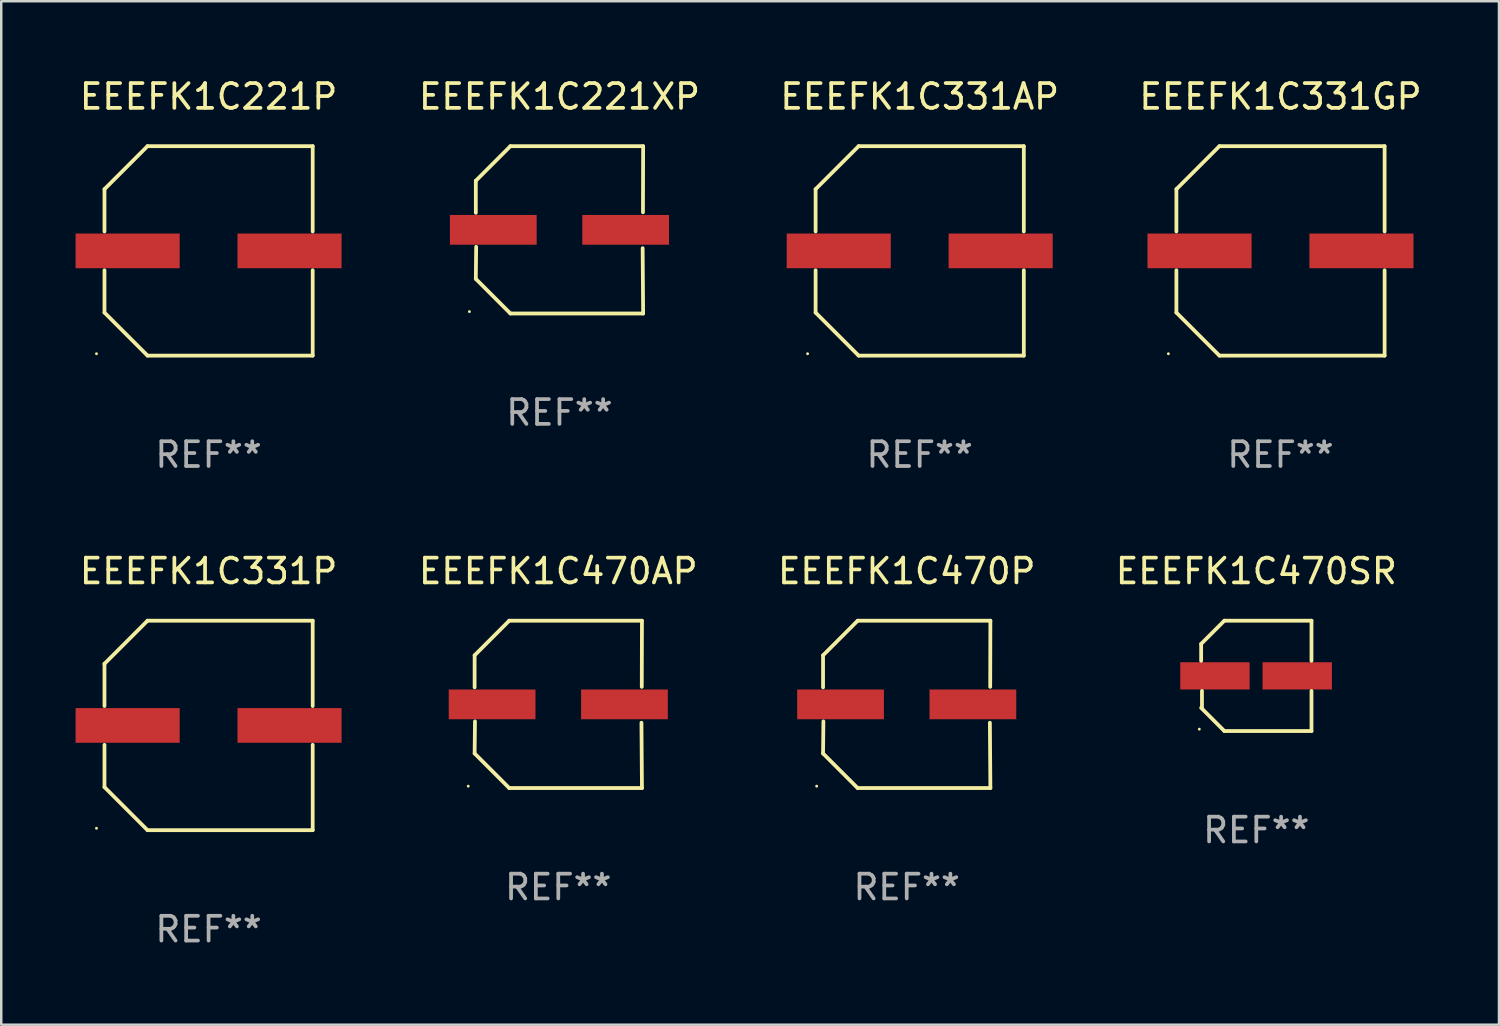
<source format=kicad_pcb>
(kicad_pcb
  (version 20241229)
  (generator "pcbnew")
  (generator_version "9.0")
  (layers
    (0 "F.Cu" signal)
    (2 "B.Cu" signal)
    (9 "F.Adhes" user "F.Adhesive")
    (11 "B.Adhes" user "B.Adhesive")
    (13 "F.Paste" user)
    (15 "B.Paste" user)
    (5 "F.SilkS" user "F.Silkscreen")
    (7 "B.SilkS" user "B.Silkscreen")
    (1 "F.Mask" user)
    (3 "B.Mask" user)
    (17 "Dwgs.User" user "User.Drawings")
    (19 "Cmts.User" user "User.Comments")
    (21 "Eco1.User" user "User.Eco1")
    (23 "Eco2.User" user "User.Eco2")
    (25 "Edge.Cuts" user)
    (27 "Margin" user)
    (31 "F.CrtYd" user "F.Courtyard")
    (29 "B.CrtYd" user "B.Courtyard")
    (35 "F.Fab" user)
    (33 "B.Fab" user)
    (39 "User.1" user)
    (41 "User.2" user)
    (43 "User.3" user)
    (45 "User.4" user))
  (footprint "EEEFK1C331GP"
    (layer "F.Cu")
    (at 48.621 7.074)
    (property "Reference" "EEEFK1C331GP" (at 0 -6.226 0) (layer "F.SilkS") (effects (font (size 1 1) (thickness 0.15))))
    (attr through_hole)
    (fp_line (start -4.201 -2.49) (end -4.201 -0.782) (stroke (width 0.152) (type solid)) (layer "F.SilkS"))
    (fp_line (start -4.201 2.49) (end -4.201 0.782) (stroke (width 0.152) (type solid)) (layer "F.SilkS"))
    (fp_line (start -2.465 -4.226) (end -4.201 -2.49) (stroke (width 0.152) (type solid)) (layer "F.SilkS"))
    (fp_line (start -2.465 4.226) (end -4.201 2.49) (stroke (width 0.152) (type solid)) (layer "F.SilkS"))
    (fp_line (start 4.201 -4.226) (end -2.465 -4.226) (stroke (width 0.152) (type solid)) (layer "F.SilkS"))
    (fp_line (start 4.201 -0.782) (end 4.201 -4.226) (stroke (width 0.152) (type solid)) (layer "F.SilkS"))
    (fp_line (start 4.201 0.782) (end 4.201 4.226) (stroke (width 0.152) (type solid)) (layer "F.SilkS"))
    (fp_line (start 4.201 4.226) (end -2.465 4.226) (stroke (width 0.152) (type solid)) (layer "F.SilkS"))
    (fp_circle (center -4.524 4.15) (end -4.494 4.15) (stroke (width 0.06) (type solid)) (fill no) (layer "F.SilkS"))
    (fp_text user "REF**" (at 0 8.226 0) (layer "F.Fab") (effects (font (size 1 1) (thickness 0.15))))
    (pad "1" smd rect (at -3.267 0) (size 4.2 1.4) (layers "F.Cu" "F.Mask" "F.Paste"))
    (pad "2" smd rect (at 3.267 0) (size 4.2 1.4) (layers "F.Cu" "F.Mask" "F.Paste")))
  (footprint "EEEFK1C470P"
    (layer "F.Cu")
    (at 33.538 25.373)
    (property "Reference" "EEEFK1C470P" (at 0 -5.376 0) (layer "F.SilkS") (effects (font (size 1 1) (thickness 0.15))))
    (attr through_hole)
    (fp_line (start -3.376 -1.98) (end -3.376 -0.686) (stroke (width 0.152) (type solid)) (layer "F.SilkS"))
    (fp_line (start -3.376 1.981) (end -3.362 0.686) (stroke (width 0.152) (type solid)) (layer "F.SilkS"))
    (fp_line (start -1.981 3.376) (end -3.376 1.981) (stroke (width 0.152) (type solid)) (layer "F.SilkS"))
    (fp_line (start -1.98 -3.376) (end -3.376 -1.98) (stroke (width 0.152) (type solid)) (layer "F.SilkS"))
    (fp_line (start 3.356 0.74) (end 3.376 3.376) (stroke (width 0.152) (type solid)) (layer "F.SilkS"))
    (fp_line (start 3.369 -0.707) (end 3.376 -3.376) (stroke (width 0.152) (type solid)) (layer "F.SilkS"))
    (fp_line (start 3.376 3.376) (end -1.981 3.376) (stroke (width 0.152) (type solid)) (layer "F.SilkS"))
    (fp_line (start 3.376 -3.376) (end -1.98 -3.376) (stroke (width 0.152) (type solid)) (layer "F.SilkS"))
    (fp_circle (center -3.634 3.3) (end -3.604 3.3) (stroke (width 0.06) (type solid)) (fill no) (layer "F.SilkS"))
    (fp_text user "REF**" (at 0 7.376 0) (layer "F.Fab") (effects (font (size 1 1) (thickness 0.15))))
    (pad "1" smd rect (at -2.67 0.000254) (size 3.5 1.2) (layers "F.Cu" "F.Mask" "F.Paste"))
    (pad "2" smd rect (at 2.67 0.000254) (size 3.5 1.2) (layers "F.Cu" "F.Mask" "F.Paste")))
  (footprint "EEEFK1C331AP"
    (layer "F.Cu")
    (at 34.062 7.074)
    (property "Reference" "EEEFK1C331AP" (at 0 -6.226 0) (layer "F.SilkS") (effects (font (size 1 1) (thickness 0.15))))
    (attr through_hole)
    (fp_line (start -4.201 -2.49) (end -4.201 -0.782) (stroke (width 0.152) (type solid)) (layer "F.SilkS"))
    (fp_line (start -4.201 2.49) (end -4.201 0.782) (stroke (width 0.152) (type solid)) (layer "F.SilkS"))
    (fp_line (start -2.465 -4.226) (end -4.201 -2.49) (stroke (width 0.152) (type solid)) (layer "F.SilkS"))
    (fp_line (start -2.465 4.226) (end -4.201 2.49) (stroke (width 0.152) (type solid)) (layer "F.SilkS"))
    (fp_line (start 4.201 -4.226) (end -2.465 -4.226) (stroke (width 0.152) (type solid)) (layer "F.SilkS"))
    (fp_line (start 4.201 -0.782) (end 4.201 -4.226) (stroke (width 0.152) (type solid)) (layer "F.SilkS"))
    (fp_line (start 4.201 0.782) (end 4.201 4.226) (stroke (width 0.152) (type solid)) (layer "F.SilkS"))
    (fp_line (start 4.201 4.226) (end -2.465 4.226) (stroke (width 0.152) (type solid)) (layer "F.SilkS"))
    (fp_circle (center -4.524 4.15) (end -4.494 4.15) (stroke (width 0.06) (type solid)) (fill no) (layer "F.SilkS"))
    (fp_text user "REF**" (at 0 8.226 0) (layer "F.Fab") (effects (font (size 1 1) (thickness 0.15))))
    (pad "1" smd rect (at -3.267 0) (size 4.2 1.4) (layers "F.Cu" "F.Mask" "F.Paste"))
    (pad "2" smd rect (at 3.267 0) (size 4.2 1.4) (layers "F.Cu" "F.Mask" "F.Paste")))
  (footprint "EEEFK1C221XP"
    (layer "F.Cu")
    (at 19.526 6.224)
    (property "Reference" "EEEFK1C221XP" (at 0 -5.376 0) (layer "F.SilkS") (effects (font (size 1 1) (thickness 0.15))))
    (attr through_hole)
    (fp_line (start -3.376 -1.98) (end -3.376 -0.686) (stroke (width 0.152) (type solid)) (layer "F.SilkS"))
    (fp_line (start -3.376 1.981) (end -3.362 0.686) (stroke (width 0.152) (type solid)) (layer "F.SilkS"))
    (fp_line (start -1.981 3.376) (end -3.376 1.981) (stroke (width 0.152) (type solid)) (layer "F.SilkS"))
    (fp_line (start -1.98 -3.376) (end -3.376 -1.98) (stroke (width 0.152) (type solid)) (layer "F.SilkS"))
    (fp_line (start 3.356 0.74) (end 3.376 3.376) (stroke (width 0.152) (type solid)) (layer "F.SilkS"))
    (fp_line (start 3.369 -0.707) (end 3.376 -3.376) (stroke (width 0.152) (type solid)) (layer "F.SilkS"))
    (fp_line (start 3.376 3.376) (end -1.981 3.376) (stroke (width 0.152) (type solid)) (layer "F.SilkS"))
    (fp_line (start 3.376 -3.376) (end -1.98 -3.376) (stroke (width 0.152) (type solid)) (layer "F.SilkS"))
    (fp_circle (center -3.634 3.3) (end -3.604 3.3) (stroke (width 0.06) (type solid)) (fill no) (layer "F.SilkS"))
    (fp_text user "REF**" (at 0 7.376 0) (layer "F.Fab") (effects (font (size 1 1) (thickness 0.15))))
    (pad "1" smd rect (at -2.67 0.000254) (size 3.5 1.2) (layers "F.Cu" "F.Mask" "F.Paste"))
    (pad "2" smd rect (at 2.67 0.000254) (size 3.5 1.2) (layers "F.Cu" "F.Mask" "F.Paste")))
  (footprint "EEEFK1C221P"
    (layer "F.Cu")
    (at 5.367 7.074)
    (property "Reference" "EEEFK1C221P" (at 0 -6.226 0) (layer "F.SilkS") (effects (font (size 1 1) (thickness 0.15))))
    (attr through_hole)
    (fp_line (start -4.201 -2.49) (end -4.201 -0.782) (stroke (width 0.152) (type solid)) (layer "F.SilkS"))
    (fp_line (start -4.201 2.49) (end -4.201 0.782) (stroke (width 0.152) (type solid)) (layer "F.SilkS"))
    (fp_line (start -2.465 -4.226) (end -4.201 -2.49) (stroke (width 0.152) (type solid)) (layer "F.SilkS"))
    (fp_line (start -2.465 4.226) (end -4.201 2.49) (stroke (width 0.152) (type solid)) (layer "F.SilkS"))
    (fp_line (start 4.201 -4.226) (end -2.465 -4.226) (stroke (width 0.152) (type solid)) (layer "F.SilkS"))
    (fp_line (start 4.201 -0.782) (end 4.201 -4.226) (stroke (width 0.152) (type solid)) (layer "F.SilkS"))
    (fp_line (start 4.201 0.782) (end 4.201 4.226) (stroke (width 0.152) (type solid)) (layer "F.SilkS"))
    (fp_line (start 4.201 4.226) (end -2.465 4.226) (stroke (width 0.152) (type solid)) (layer "F.SilkS"))
    (fp_circle (center -4.524 4.15) (end -4.494 4.15) (stroke (width 0.06) (type solid)) (fill no) (layer "F.SilkS"))
    (fp_text user "REF**" (at 0 8.226 0) (layer "F.Fab") (effects (font (size 1 1) (thickness 0.15))))
    (pad "1" smd rect (at -3.267 0) (size 4.2 1.4) (layers "F.Cu" "F.Mask" "F.Paste"))
    (pad "2" smd rect (at 3.267 0) (size 4.2 1.4) (layers "F.Cu" "F.Mask" "F.Paste")))
  (footprint "EEEFK1C331P"
    (layer "F.Cu")
    (at 5.367 26.223)
    (property "Reference" "EEEFK1C331P" (at 0 -6.226 0) (layer "F.SilkS") (effects (font (size 1 1) (thickness 0.15))))
    (attr through_hole)
    (fp_line (start -4.201 -2.49) (end -4.201 -0.782) (stroke (width 0.152) (type solid)) (layer "F.SilkS"))
    (fp_line (start -4.201 2.49) (end -4.201 0.782) (stroke (width 0.152) (type solid)) (layer "F.SilkS"))
    (fp_line (start -2.465 -4.226) (end -4.201 -2.49) (stroke (width 0.152) (type solid)) (layer "F.SilkS"))
    (fp_line (start -2.465 4.226) (end -4.201 2.49) (stroke (width 0.152) (type solid)) (layer "F.SilkS"))
    (fp_line (start 4.201 -4.226) (end -2.465 -4.226) (stroke (width 0.152) (type solid)) (layer "F.SilkS"))
    (fp_line (start 4.201 -0.782) (end 4.201 -4.226) (stroke (width 0.152) (type solid)) (layer "F.SilkS"))
    (fp_line (start 4.201 0.782) (end 4.201 4.226) (stroke (width 0.152) (type solid)) (layer "F.SilkS"))
    (fp_line (start 4.201 4.226) (end -2.465 4.226) (stroke (width 0.152) (type solid)) (layer "F.SilkS"))
    (fp_circle (center -4.524 4.15) (end -4.494 4.15) (stroke (width 0.06) (type solid)) (fill no) (layer "F.SilkS"))
    (fp_text user "REF**" (at 0 8.226 0) (layer "F.Fab") (effects (font (size 1 1) (thickness 0.15))))
    (pad "1" smd rect (at -3.267 0) (size 4.2 1.4) (layers "F.Cu" "F.Mask" "F.Paste"))
    (pad "2" smd rect (at 3.267 0) (size 4.2 1.4) (layers "F.Cu" "F.Mask" "F.Paste")))
  (footprint "EEEFK1C470SR"
    (layer "F.Cu")
    (at 47.645 24.223)
    (property "Reference" "EEEFK1C470SR" (at 0 -4.226 0) (layer "F.SilkS") (effects (font (size 1 1) (thickness 0.15))))
    (attr through_hole)
    (fp_line (start -2.226 -1.29) (end -2.226 -0.607) (stroke (width 0.152) (type solid)) (layer "F.SilkS"))
    (fp_line (start -2.193 1.29) (end -2.193 0.607) (stroke (width 0.152) (type solid)) (layer "F.SilkS"))
    (fp_line (start -1.29 2.226) (end -2.226 1.29) (stroke (width 0.152) (type solid)) (layer "F.SilkS"))
    (fp_line (start -1.29 -2.226) (end -2.226 -1.29) (stroke (width 0.152) (type solid)) (layer "F.SilkS"))
    (fp_line (start 2.226 -2.226) (end -1.29 -2.226) (stroke (width 0.152) (type solid)) (layer "F.SilkS"))
    (fp_line (start 2.226 -0.607) (end 2.226 -2.226) (stroke (width 0.152) (type solid)) (layer "F.SilkS"))
    (fp_line (start 2.226 0.607) (end 2.226 2.226) (stroke (width 0.152) (type solid)) (layer "F.SilkS"))
    (fp_line (start 2.226 2.226) (end -1.29 2.226) (stroke (width 0.152) (type solid)) (layer "F.SilkS"))
    (fp_circle (center -2.3 2.15) (end -2.27 2.15) (stroke (width 0.06) (type solid)) (fill no) (layer "F.SilkS"))
    (fp_text user "REF**" (at 0 6.226 0) (layer "F.Fab") (effects (font (size 1 1) (thickness 0.15))))
    (pad "1" smd rect (at -1.67 -0.000025) (size 2.8 1.1) (layers "F.Cu" "F.Mask" "F.Paste"))
    (pad "2" smd rect (at 1.651 -0.000025) (size 2.8 1.1) (layers "F.Cu" "F.Mask" "F.Paste")))
  (footprint "EEEFK1C470AP"
    (layer "F.Cu")
    (at 19.478 25.373)
    (property "Reference" "EEEFK1C470AP" (at 0 -5.376 0) (layer "F.SilkS") (effects (font (size 1 1) (thickness 0.15))))
    (attr through_hole)
    (fp_line (start -3.376 -1.98) (end -3.376 -0.686) (stroke (width 0.152) (type solid)) (layer "F.SilkS"))
    (fp_line (start -3.376 1.981) (end -3.362 0.686) (stroke (width 0.152) (type solid)) (layer "F.SilkS"))
    (fp_line (start -1.981 3.376) (end -3.376 1.981) (stroke (width 0.152) (type solid)) (layer "F.SilkS"))
    (fp_line (start -1.98 -3.376) (end -3.376 -1.98) (stroke (width 0.152) (type solid)) (layer "F.SilkS"))
    (fp_line (start 3.356 0.74) (end 3.376 3.376) (stroke (width 0.152) (type solid)) (layer "F.SilkS"))
    (fp_line (start 3.369 -0.707) (end 3.376 -3.376) (stroke (width 0.152) (type solid)) (layer "F.SilkS"))
    (fp_line (start 3.376 3.376) (end -1.981 3.376) (stroke (width 0.152) (type solid)) (layer "F.SilkS"))
    (fp_line (start 3.376 -3.376) (end -1.98 -3.376) (stroke (width 0.152) (type solid)) (layer "F.SilkS"))
    (fp_circle (center -3.634 3.3) (end -3.604 3.3) (stroke (width 0.06) (type solid)) (fill no) (layer "F.SilkS"))
    (fp_text user "REF**" (at 0 7.376 0) (layer "F.Fab") (effects (font (size 1 1) (thickness 0.15))))
    (pad "1" smd rect (at -2.67 0.000254) (size 3.5 1.2) (layers "F.Cu" "F.Mask" "F.Paste"))
    (pad "2" smd rect (at 2.67 0.000254) (size 3.5 1.2) (layers "F.Cu" "F.Mask" "F.Paste")))
  (gr_rect
    (start -3 -3)
    (end 57.437 38.298)
    (stroke (width 0.1) (type default))
    (fill no)
    (layer "Edge.Cuts")))
</source>
